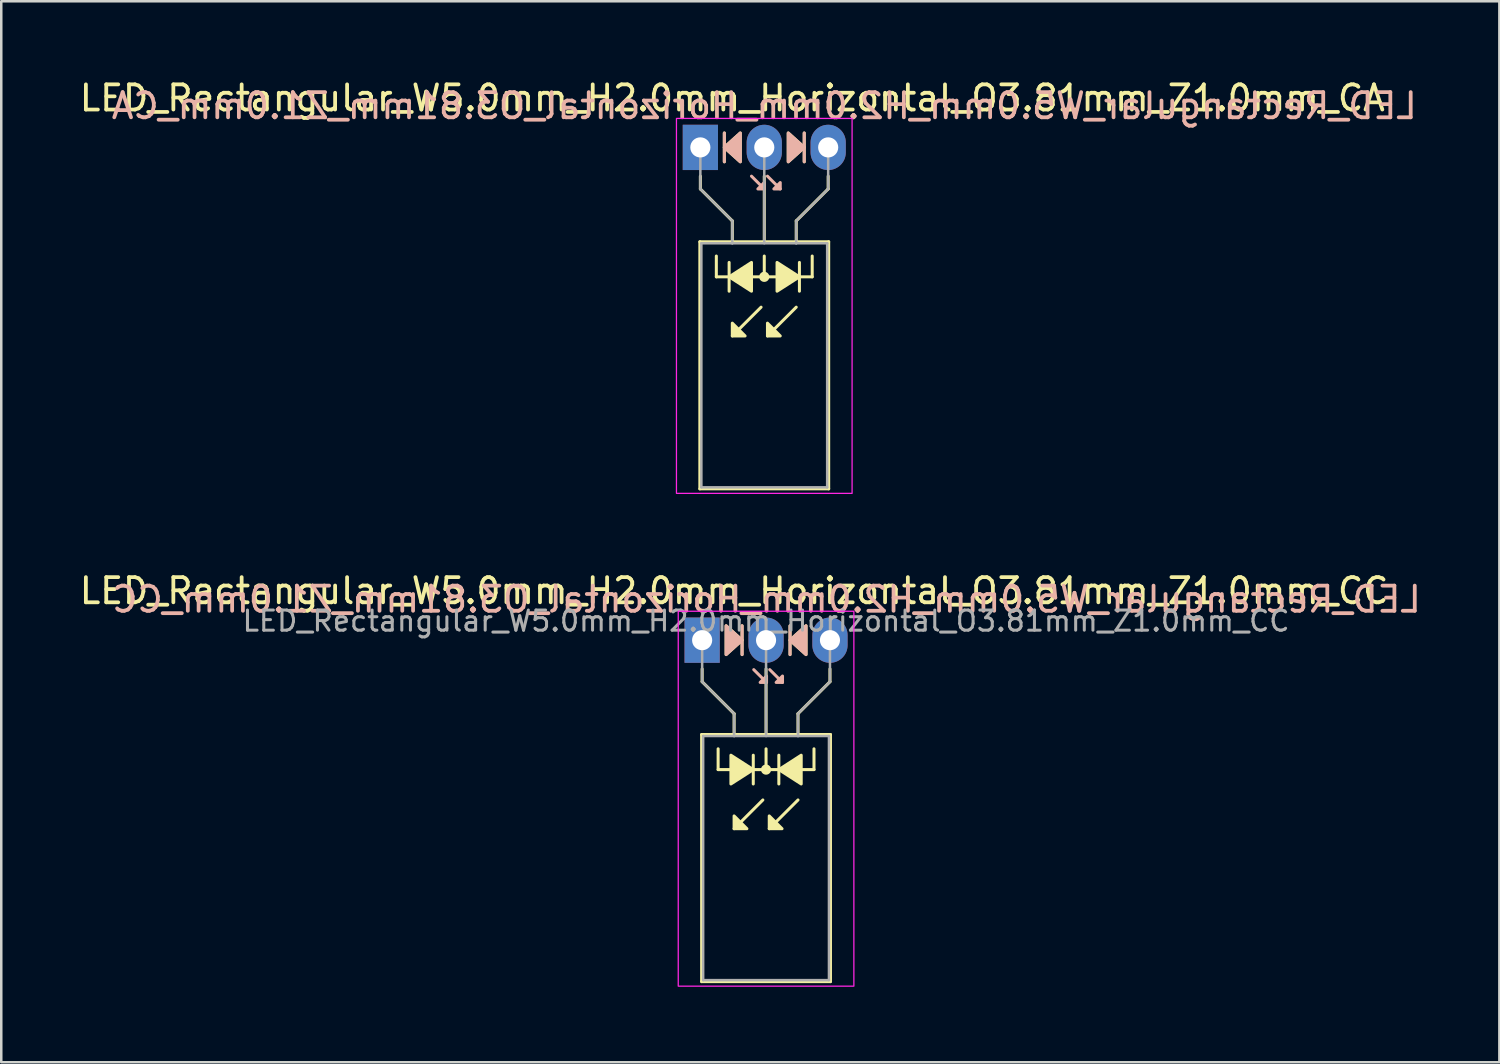
<source format=kicad_pcb>
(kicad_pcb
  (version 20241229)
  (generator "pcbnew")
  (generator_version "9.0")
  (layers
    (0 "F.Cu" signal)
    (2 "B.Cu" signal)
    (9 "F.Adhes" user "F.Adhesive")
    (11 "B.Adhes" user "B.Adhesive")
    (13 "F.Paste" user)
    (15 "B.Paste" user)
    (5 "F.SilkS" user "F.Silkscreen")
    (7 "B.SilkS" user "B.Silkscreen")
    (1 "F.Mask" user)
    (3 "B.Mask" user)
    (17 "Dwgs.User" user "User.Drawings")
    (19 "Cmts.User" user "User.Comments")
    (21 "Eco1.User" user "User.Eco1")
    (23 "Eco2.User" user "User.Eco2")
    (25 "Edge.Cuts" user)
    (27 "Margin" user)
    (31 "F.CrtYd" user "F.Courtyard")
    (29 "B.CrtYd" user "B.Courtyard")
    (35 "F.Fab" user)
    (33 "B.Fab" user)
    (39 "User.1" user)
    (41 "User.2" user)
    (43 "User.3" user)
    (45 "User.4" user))
  (footprint "LED_Rectangular_W5.0mm_H2.0mm_Horizontal_O3.81mm_Z1.0mm_CA"
    (layer "F.Cu")
    (at 24.784 2.808)
    (property "Reference" "LED_Rectangular_W5.0mm_H2.0mm_Horizontal_O3.81mm_Z1.0mm_CA" (at 1.27 -1.96 0) (layer "F.SilkS") (effects (font (size 1 1) (thickness 0.15))))
    (fp_line (start -0.02 3.75) (end -0.02 13.57) (stroke (width 0.12) (type solid)) (layer "F.SilkS"))
    (fp_line (start -0.02 13.57) (end 5.1 13.57) (stroke (width 0.12) (type solid)) (layer "F.SilkS"))
    (fp_line (start 0 1.143) (end 0 1.651) (stroke (width 0.12) (type default)) (layer "F.SilkS"))
    (fp_line (start 0 1.651) (end 1.27 2.921) (stroke (width 0.12) (type default)) (layer "F.SilkS"))
    (fp_line (start 0.635 5.144) (end 0.635 4.318) (stroke (width 0.12) (type default)) (layer "F.SilkS"))
    (fp_line (start 0.635 5.144) (end 4.445 5.144) (stroke (width 0.12) (type default)) (layer "F.SilkS"))
    (fp_line (start 0.953 -0.572) (end 0.953 0.572) (stroke (width 0.12) (type solid)) (layer "F.SilkS"))
    (fp_line (start 1.143 4.572) (end 1.143 5.715) (stroke (width 0.12) (type solid)) (layer "F.SilkS"))
    (fp_line (start 1.27 2.921) (end 1.27 3.75) (stroke (width 0.12) (type default)) (layer "F.SilkS"))
    (fp_line (start 1.27 3.75) (end 1.27 3.75) (stroke (width 0.12) (type solid)) (layer "F.SilkS"))
    (fp_line (start 2.413 6.35) (end 1.27 7.493) (stroke (width 0.12) (type solid)) (layer "F.SilkS"))
    (fp_line (start 2.54 3.75) (end 2.54 1.143) (stroke (width 0.12) (type default)) (layer "F.SilkS"))
    (fp_line (start 2.54 5.144) (end 2.54 4.318) (stroke (width 0.12) (type default)) (layer "F.SilkS"))
    (fp_line (start 3.81 2.921) (end 3.81 3.75) (stroke (width 0.12) (type default)) (layer "F.SilkS"))
    (fp_line (start 3.81 3.75) (end 3.81 3.75) (stroke (width 0.12) (type solid)) (layer "F.SilkS"))
    (fp_line (start 3.81 6.35) (end 2.667 7.493) (stroke (width 0.12) (type solid)) (layer "F.SilkS"))
    (fp_line (start 3.937 5.715) (end 3.937 4.572) (stroke (width 0.12) (type solid)) (layer "F.SilkS"))
    (fp_line (start 4.128 0.572) (end 4.128 -0.572) (stroke (width 0.12) (type solid)) (layer "F.SilkS"))
    (fp_line (start 4.445 5.144) (end 4.445 4.318) (stroke (width 0.12) (type default)) (layer "F.SilkS"))
    (fp_line (start 5.08 1.143) (end 5.08 1.651) (stroke (width 0.12) (type default)) (layer "F.SilkS"))
    (fp_line (start 5.08 1.651) (end 3.81 2.921) (stroke (width 0.12) (type default)) (layer "F.SilkS"))
    (fp_line (start 5.1 3.75) (end -0.02 3.75) (stroke (width 0.12) (type solid)) (layer "F.SilkS"))
    (fp_line (start 5.1 13.57) (end 5.1 3.75) (stroke (width 0.12) (type solid)) (layer "F.SilkS"))
    (fp_circle (center 2.54 5.144) (end 2.682 5.144) (stroke (width 0.12) (type solid)) (fill yes) (layer "F.SilkS"))
    (fp_poly (pts (xy 1.27 6.985) (xy 1.778 7.493) (xy 1.27 7.493)) (stroke (width 0.12) (type solid)) (fill yes) (layer "F.SilkS"))
    (fp_poly (pts (xy 1.587 0.572) (xy 0.953 0) (xy 1.587 -0.572)) (stroke (width 0.12) (type solid)) (fill yes) (layer "F.SilkS"))
    (fp_poly (pts (xy 2.032 5.715) (xy 1.143 5.144) (xy 2.032 4.572)) (stroke (width 0.12) (type solid)) (fill yes) (layer "F.SilkS"))
    (fp_poly (pts (xy 2.667 6.985) (xy 3.175 7.493) (xy 2.667 7.493)) (stroke (width 0.12) (type solid)) (fill yes) (layer "F.SilkS"))
    (fp_poly (pts (xy 3.048 4.572) (xy 3.937 5.144) (xy 3.048 5.715)) (stroke (width 0.12) (type solid)) (fill yes) (layer "F.SilkS"))
    (fp_poly (pts (xy 3.493 -0.572) (xy 4.128 0) (xy 3.493 0.572)) (stroke (width 0.12) (type solid)) (fill yes) (layer "F.SilkS"))
    (fp_line (start 0.953 -0.572) (end 0.953 0.572) (stroke (width 0.12) (type solid)) (layer "B.SilkS"))
    (fp_line (start 2.54 1.651) (end 2.032 1.143) (stroke (width 0.12) (type solid)) (layer "B.SilkS"))
    (fp_line (start 3.175 1.651) (end 2.667 1.143) (stroke (width 0.12) (type solid)) (layer "B.SilkS"))
    (fp_line (start 4.128 0.572) (end 4.128 -0.572) (stroke (width 0.12) (type solid)) (layer "B.SilkS"))
    (fp_poly (pts (xy 1.587 0.572) (xy 0.953 0) (xy 1.587 -0.572)) (stroke (width 0.12) (type solid)) (fill yes) (layer "B.SilkS"))
    (fp_poly (pts (xy 2.54 1.397) (xy 2.286 1.651) (xy 2.54 1.651)) (stroke (width 0.12) (type solid)) (fill yes) (layer "B.SilkS"))
    (fp_poly (pts (xy 3.175 1.397) (xy 2.921 1.651) (xy 3.175 1.651)) (stroke (width 0.12) (type solid)) (fill yes) (layer "B.SilkS"))
    (fp_poly (pts (xy 3.493 0.572) (xy 4.128 0) (xy 3.493 -0.572)) (stroke (width 0.12) (type solid)) (fill yes) (layer "B.SilkS"))
    (fp_rect (start -0.95 -1.15) (end 6.03 13.75) (stroke (width 0.05) (type default)) (fill no) (layer "F.CrtYd"))
    (fp_line (start 0 0) (end 0 0) (stroke (width 0.1) (type solid)) (layer "F.Fab"))
    (fp_line (start 0 1.651) (end 0 0) (stroke (width 0.1) (type default)) (layer "F.Fab"))
    (fp_line (start 0.04 3.81) (end 0.04 13.51) (stroke (width 0.1) (type solid)) (layer "F.Fab"))
    (fp_line (start 0.04 13.51) (end 5.04 13.51) (stroke (width 0.1) (type solid)) (layer "F.Fab"))
    (fp_line (start 1.27 2.921) (end 0 1.651) (stroke (width 0.1) (type default)) (layer "F.Fab"))
    (fp_line (start 1.27 2.921) (end 1.27 3.81) (stroke (width 0.1) (type default)) (layer "F.Fab"))
    (fp_line (start 1.27 3.81) (end 1.27 3.81) (stroke (width 0.1) (type solid)) (layer "F.Fab"))
    (fp_line (start 2.54 0) (end 2.54 0) (stroke (width 0.1) (type solid)) (layer "F.Fab"))
    (fp_line (start 2.54 0) (end 2.54 3.81) (stroke (width 0.1) (type default)) (layer "F.Fab"))
    (fp_line (start 3.81 2.921) (end 3.81 3.81) (stroke (width 0.1) (type default)) (layer "F.Fab"))
    (fp_line (start 3.81 2.921) (end 5.08 1.651) (stroke (width 0.1) (type default)) (layer "F.Fab"))
    (fp_line (start 3.81 3.81) (end 3.81 3.81) (stroke (width 0.1) (type solid)) (layer "F.Fab"))
    (fp_line (start 5.04 3.81) (end 0.04 3.81) (stroke (width 0.1) (type solid)) (layer "F.Fab"))
    (fp_line (start 5.04 13.51) (end 5.04 3.81) (stroke (width 0.1) (type solid)) (layer "F.Fab"))
    (fp_line (start 5.08 1.651) (end 5.08 0) (stroke (width 0.1) (type default)) (layer "F.Fab"))
    (fp_text user "${REFERENCE}" (at 2.54 -1.651 0) (layer "B.SilkS") (effects (font (size 1 1) (thickness 0.15)) (justify mirror)))
    (pad "1" thru_hole rect (at 0 0) (size 1.4 1.8) (drill 0.8) (layers "*.Cu" "*.Mask"))
    (pad "2" thru_hole oval (at 2.54 0) (size 1.4 1.8) (drill 0.8) (layers "*.Cu" "*.Mask"))
    (pad "3" thru_hole oval (at 5.08 0) (size 1.4 1.8) (drill 0.8) (layers "*.Cu" "*.Mask")))
  (footprint "LED_Rectangular_W5.0mm_H2.0mm_Horizontal_O3.81mm_Z1.0mm_CC"
    (layer "F.Cu")
    (at 24.855 22.392)
    (property "Reference" "LED_Rectangular_W5.0mm_H2.0mm_Horizontal_O3.81mm_Z1.0mm_CC" (at 1.27 -1.96 0) (layer "F.SilkS") (effects (font (size 1 1) (thickness 0.15))))
    (fp_line (start -0.02 3.75) (end -0.02 13.57) (stroke (width 0.12) (type solid)) (layer "F.SilkS"))
    (fp_line (start -0.02 13.57) (end 5.1 13.57) (stroke (width 0.12) (type solid)) (layer "F.SilkS"))
    (fp_line (start 0 1.143) (end 0 1.651) (stroke (width 0.12) (type default)) (layer "F.SilkS"))
    (fp_line (start 0 1.651) (end 1.27 2.921) (stroke (width 0.12) (type default)) (layer "F.SilkS"))
    (fp_line (start 0.635 5.144) (end 0.635 4.318) (stroke (width 0.12) (type default)) (layer "F.SilkS"))
    (fp_line (start 0.635 5.144) (end 4.445 5.144) (stroke (width 0.12) (type default)) (layer "F.SilkS"))
    (fp_line (start 1.27 2.921) (end 1.27 3.75) (stroke (width 0.12) (type default)) (layer "F.SilkS"))
    (fp_line (start 1.27 3.75) (end 1.27 3.75) (stroke (width 0.12) (type solid)) (layer "F.SilkS"))
    (fp_line (start 1.587 0.572) (end 1.587 -0.572) (stroke (width 0.12) (type solid)) (layer "F.SilkS"))
    (fp_line (start 2.032 5.715) (end 2.032 4.572) (stroke (width 0.12) (type solid)) (layer "F.SilkS"))
    (fp_line (start 2.413 6.35) (end 1.27 7.493) (stroke (width 0.12) (type solid)) (layer "F.SilkS"))
    (fp_line (start 2.54 3.75) (end 2.54 1.143) (stroke (width 0.12) (type default)) (layer "F.SilkS"))
    (fp_line (start 2.54 5.144) (end 2.54 4.318) (stroke (width 0.12) (type default)) (layer "F.SilkS"))
    (fp_line (start 3.048 4.572) (end 3.048 5.715) (stroke (width 0.12) (type solid)) (layer "F.SilkS"))
    (fp_line (start 3.493 -0.572) (end 3.493 0.572) (stroke (width 0.12) (type solid)) (layer "F.SilkS"))
    (fp_line (start 3.81 2.921) (end 3.81 3.75) (stroke (width 0.12) (type default)) (layer "F.SilkS"))
    (fp_line (start 3.81 3.75) (end 3.81 3.75) (stroke (width 0.12) (type solid)) (layer "F.SilkS"))
    (fp_line (start 3.81 6.35) (end 2.667 7.493) (stroke (width 0.12) (type solid)) (layer "F.SilkS"))
    (fp_line (start 4.445 5.144) (end 4.445 4.318) (stroke (width 0.12) (type default)) (layer "F.SilkS"))
    (fp_line (start 5.08 1.143) (end 5.08 1.651) (stroke (width 0.12) (type default)) (layer "F.SilkS"))
    (fp_line (start 5.08 1.651) (end 3.81 2.921) (stroke (width 0.12) (type default)) (layer "F.SilkS"))
    (fp_line (start 5.1 3.75) (end -0.02 3.75) (stroke (width 0.12) (type solid)) (layer "F.SilkS"))
    (fp_line (start 5.1 13.57) (end 5.1 3.75) (stroke (width 0.12) (type solid)) (layer "F.SilkS"))
    (fp_circle (center 2.54 5.144) (end 2.682 5.144) (stroke (width 0.12) (type solid)) (fill yes) (layer "F.SilkS"))
    (fp_poly (pts (xy 0.953 -0.572) (xy 1.587 0) (xy 0.953 0.572)) (stroke (width 0.12) (type solid)) (fill yes) (layer "F.SilkS"))
    (fp_poly (pts (xy 1.143 4.572) (xy 2.032 5.144) (xy 1.143 5.715)) (stroke (width 0.12) (type solid)) (fill yes) (layer "F.SilkS"))
    (fp_poly (pts (xy 1.27 6.985) (xy 1.778 7.493) (xy 1.27 7.493)) (stroke (width 0.12) (type solid)) (fill yes) (layer "F.SilkS"))
    (fp_poly (pts (xy 2.667 6.985) (xy 3.175 7.493) (xy 2.667 7.493)) (stroke (width 0.12) (type solid)) (fill yes) (layer "F.SilkS"))
    (fp_poly (pts (xy 3.937 5.715) (xy 3.048 5.144) (xy 3.937 4.572)) (stroke (width 0.12) (type solid)) (fill yes) (layer "F.SilkS"))
    (fp_poly (pts (xy 4.128 0.572) (xy 3.493 0) (xy 4.128 -0.572)) (stroke (width 0.12) (type solid)) (fill yes) (layer "F.SilkS"))
    (fp_line (start 1.587 0.572) (end 1.587 -0.572) (stroke (width 0.12) (type solid)) (layer "B.SilkS"))
    (fp_line (start 2.559 1.679) (end 2.051 1.171) (stroke (width 0.12) (type solid)) (layer "B.SilkS"))
    (fp_line (start 3.194 1.679) (end 2.686 1.171) (stroke (width 0.12) (type solid)) (layer "B.SilkS"))
    (fp_line (start 3.493 -0.572) (end 3.493 0.572) (stroke (width 0.12) (type solid)) (layer "B.SilkS"))
    (fp_poly (pts (xy 0.953 0.572) (xy 1.587 0) (xy 0.953 -0.572)) (stroke (width 0.12) (type solid)) (fill yes) (layer "B.SilkS"))
    (fp_poly (pts (xy 2.559 1.425) (xy 2.305 1.679) (xy 2.559 1.679)) (stroke (width 0.12) (type solid)) (fill yes) (layer "B.SilkS"))
    (fp_poly (pts (xy 3.194 1.425) (xy 2.94 1.679) (xy 3.194 1.679)) (stroke (width 0.12) (type solid)) (fill yes) (layer "B.SilkS"))
    (fp_poly (pts (xy 4.128 0.572) (xy 3.493 0) (xy 4.128 -0.572)) (stroke (width 0.12) (type solid)) (fill yes) (layer "B.SilkS"))
    (fp_rect (start -0.95 -1.15) (end 6.03 13.75) (stroke (width 0.05) (type default)) (fill no) (layer "F.CrtYd"))
    (fp_line (start 0 0) (end 0 0) (stroke (width 0.1) (type solid)) (layer "F.Fab"))
    (fp_line (start 0 1.651) (end 0 0) (stroke (width 0.1) (type default)) (layer "F.Fab"))
    (fp_line (start 0.04 3.81) (end 0.04 13.51) (stroke (width 0.1) (type solid)) (layer "F.Fab"))
    (fp_line (start 0.04 13.51) (end 5.04 13.51) (stroke (width 0.1) (type solid)) (layer "F.Fab"))
    (fp_line (start 1.27 2.921) (end 0 1.651) (stroke (width 0.1) (type default)) (layer "F.Fab"))
    (fp_line (start 1.27 2.921) (end 1.27 3.81) (stroke (width 0.1) (type default)) (layer "F.Fab"))
    (fp_line (start 1.27 3.81) (end 1.27 3.81) (stroke (width 0.1) (type solid)) (layer "F.Fab"))
    (fp_line (start 2.54 0) (end 2.54 0) (stroke (width 0.1) (type solid)) (layer "F.Fab"))
    (fp_line (start 2.54 0) (end 2.54 3.81) (stroke (width 0.1) (type default)) (layer "F.Fab"))
    (fp_line (start 3.81 2.921) (end 3.81 3.81) (stroke (width 0.1) (type default)) (layer "F.Fab"))
    (fp_line (start 3.81 2.921) (end 5.08 1.651) (stroke (width 0.1) (type default)) (layer "F.Fab"))
    (fp_line (start 3.81 3.81) (end 3.81 3.81) (stroke (width 0.1) (type solid)) (layer "F.Fab"))
    (fp_line (start 5.04 3.81) (end 0.04 3.81) (stroke (width 0.1) (type solid)) (layer "F.Fab"))
    (fp_line (start 5.04 13.51) (end 5.04 3.81) (stroke (width 0.1) (type solid)) (layer "F.Fab"))
    (fp_line (start 5.08 1.651) (end 5.08 0) (stroke (width 0.1) (type default)) (layer "F.Fab"))
    (fp_text user "${REFERENCE}" (at 2.559 -1.623 0) (layer "B.SilkS") (effects (font (size 1 1) (thickness 0.15)) (justify mirror)))
    (fp_text user "${REFERENCE}" (at 2.54 -0.762 0) (layer "F.Fab") (effects (font (size 0.8 0.8) (thickness 0.12))))
    (pad "1" thru_hole rect (at 0 0) (size 1.4 1.8) (drill 0.8) (layers "*.Cu" "*.Mask"))
    (pad "2" thru_hole oval (at 2.54 0) (size 1.4 1.8) (drill 0.8) (layers "*.Cu" "*.Mask"))
    (pad "3" thru_hole oval (at 5.08 0) (size 1.4 1.8) (drill 0.8) (layers "*.Cu" "*.Mask")))
  (gr_rect
    (start -3 -3)
    (end 56.539 39.166)
    (stroke (width 0.1) (type default))
    (fill no)
    (layer "Edge.Cuts")))
</source>
